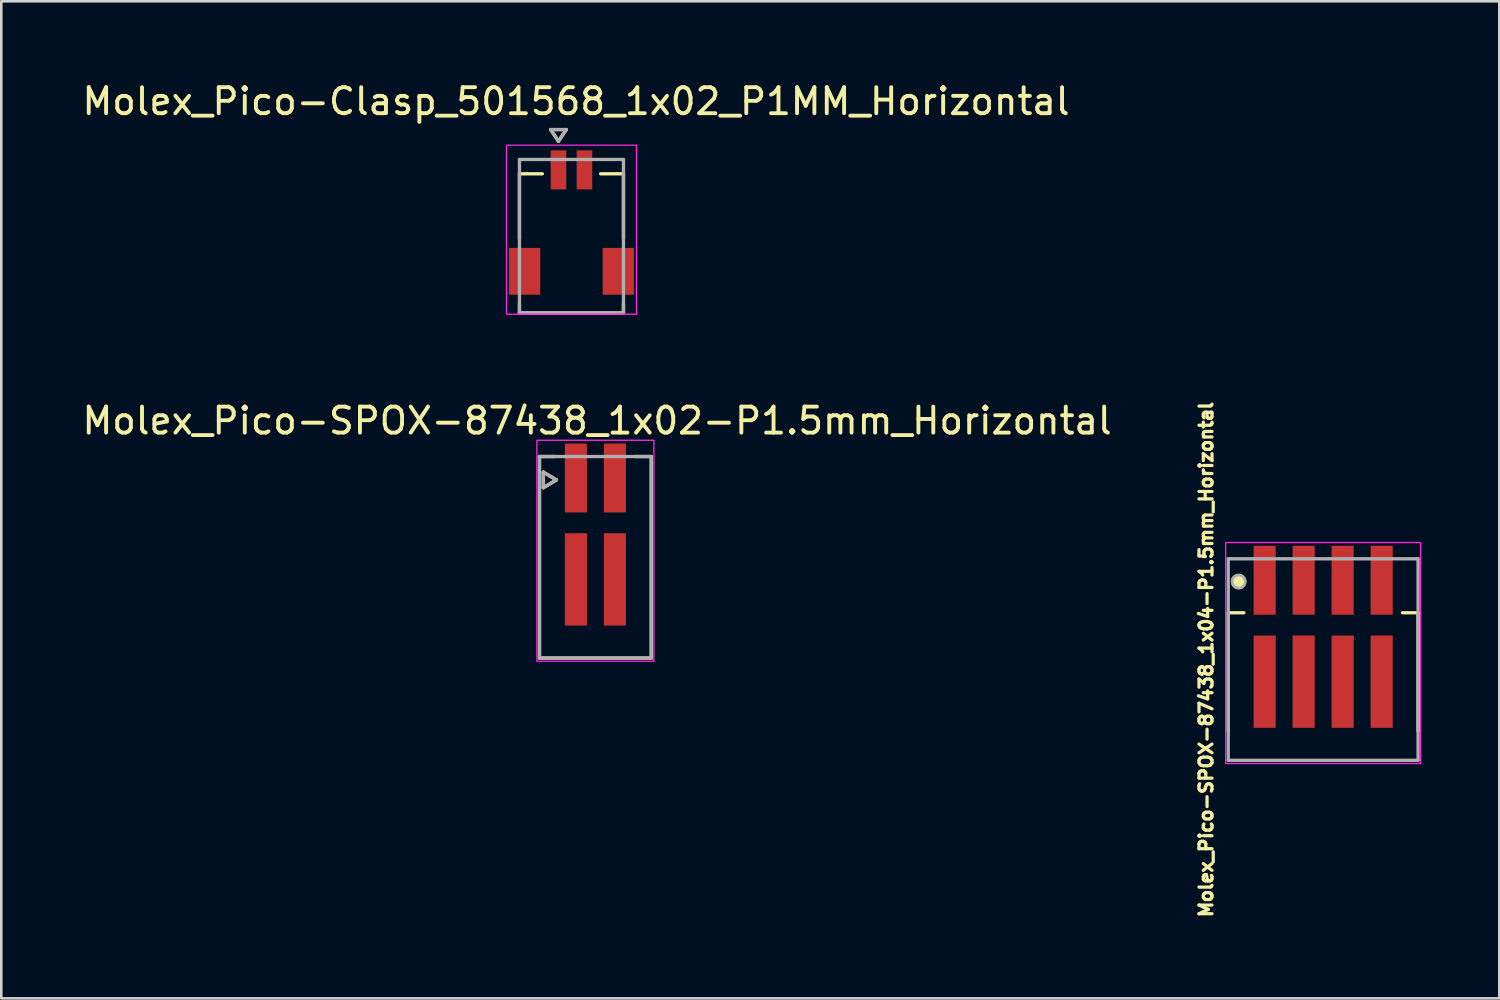
<source format=kicad_pcb>
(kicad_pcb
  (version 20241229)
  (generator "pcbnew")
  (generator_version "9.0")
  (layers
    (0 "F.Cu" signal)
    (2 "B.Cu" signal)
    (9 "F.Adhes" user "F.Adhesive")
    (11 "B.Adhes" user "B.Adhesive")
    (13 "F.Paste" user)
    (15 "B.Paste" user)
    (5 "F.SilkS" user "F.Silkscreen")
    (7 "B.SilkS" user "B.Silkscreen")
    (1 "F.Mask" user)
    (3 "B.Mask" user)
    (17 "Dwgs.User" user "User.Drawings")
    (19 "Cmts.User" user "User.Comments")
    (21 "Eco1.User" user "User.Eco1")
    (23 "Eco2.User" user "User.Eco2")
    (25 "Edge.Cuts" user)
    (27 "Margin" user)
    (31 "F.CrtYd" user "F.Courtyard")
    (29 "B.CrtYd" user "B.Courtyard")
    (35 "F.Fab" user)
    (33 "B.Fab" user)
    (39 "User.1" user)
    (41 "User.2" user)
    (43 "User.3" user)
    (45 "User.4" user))
  (footprint "Molex_Pico-SPOX-87438_1x04-P1.5mm_Horizontal"
    (layer "F.Cu")
    (at 47.833 22.314)
    (property "Reference" "Molex_Pico-SPOX-87438_1x04-P1.5mm_Horizontal" (at -4.5 0 90) (layer "F.SilkS") (effects (font (size 0.5 0.5) (thickness 0.125) (bold yes))))
    (attr smd)
    (fp_poly (pts (xy -2.751 -4.451) (xy -1.749 -4.451) (xy -1.749 -1.649) (xy -2.751 -1.649)) (stroke (width 0.01) (type solid)) (fill yes) (layer "F.Mask"))
    (fp_poly (pts (xy -2.751 -1.001) (xy -1.749 -1.001) (xy -1.749 2.701) (xy -2.751 2.701)) (stroke (width 0.01) (type solid)) (fill yes) (layer "F.Mask"))
    (fp_poly (pts (xy -1.251 -4.451) (xy -0.249 -4.451) (xy -0.249 -1.649) (xy -1.251 -1.649)) (stroke (width 0.01) (type solid)) (fill yes) (layer "F.Mask"))
    (fp_poly (pts (xy -1.251 -1.001) (xy -0.249 -1.001) (xy -0.249 2.701) (xy -1.251 2.701)) (stroke (width 0.01) (type solid)) (fill yes) (layer "F.Mask"))
    (fp_poly (pts (xy 0.249 -4.451) (xy 1.251 -4.451) (xy 1.251 -1.649) (xy 0.249 -1.649)) (stroke (width 0.01) (type solid)) (fill yes) (layer "F.Mask"))
    (fp_poly (pts (xy 0.249 -1.001) (xy 1.251 -1.001) (xy 1.251 2.701) (xy 0.249 2.701)) (stroke (width 0.01) (type solid)) (fill yes) (layer "F.Mask"))
    (fp_poly (pts (xy 1.749 -4.451) (xy 2.751 -4.451) (xy 2.751 -1.649) (xy 1.749 -1.649)) (stroke (width 0.01) (type solid)) (fill yes) (layer "F.Mask"))
    (fp_poly (pts (xy 1.749 -1.001) (xy 2.751 -1.001) (xy 2.751 2.701) (xy 1.749 2.701)) (stroke (width 0.01) (type solid)) (fill yes) (layer "F.Mask"))
    (fp_line (start -3.65 2.75) (end -3.65 -1.8) (stroke (width 0.127) (type solid)) (layer "F.SilkS"))
    (fp_line (start -3.05 -1.8) (end -3.65 -1.8) (stroke (width 0.127) (type solid)) (layer "F.SilkS"))
    (fp_line (start 3.65 -1.8) (end 3.05 -1.8) (stroke (width 0.127) (type solid)) (layer "F.SilkS"))
    (fp_line (start 3.65 2.75) (end 3.65 -1.8) (stroke (width 0.127) (type solid)) (layer "F.SilkS"))
    (fp_circle (center -3.25 -3) (end -3 -3) (stroke (width 0.1) (type solid)) (fill yes) (layer "F.SilkS"))
    (fp_rect (start -3.75 -4.5) (end 3.75 4) (stroke (width 0.05) (type default)) (fill no) (layer "F.CrtYd"))
    (fp_line (start -3.65 -3.875) (end 3.65 -3.875) (stroke (width 0.127) (type solid)) (layer "F.Fab"))
    (fp_line (start -3.65 3.875) (end -3.65 -3.875) (stroke (width 0.127) (type solid)) (layer "F.Fab"))
    (fp_line (start 3.65 -3.875) (end 3.65 3.875) (stroke (width 0.127) (type solid)) (layer "F.Fab"))
    (fp_line (start 3.65 3.875) (end -3.65 3.875) (stroke (width 0.127) (type solid)) (layer "F.Fab"))
    (fp_circle (center -3.25 -3) (end -3 -3) (stroke (width 0.1) (type solid)) (fill no) (layer "F.Fab"))
    (pad "" smd rect (at -2.25 0.85) (size 0.85 3.55) (layers "F.Cu" "F.Paste"))
    (pad "" smd rect (at -0.75 0.85) (size 0.85 3.55) (layers "F.Cu" "F.Paste"))
    (pad "" smd rect (at 0.75 0.85) (size 0.85 3.55) (layers "F.Cu" "F.Paste"))
    (pad "" smd rect (at 2.25 0.85) (size 0.85 3.55) (layers "F.Cu" "F.Paste"))
    (pad "1" smd rect (at -2.25 -3.05) (size 0.85 2.65) (layers "F.Cu" "F.Paste"))
    (pad "2" smd rect (at -0.75 -3.05) (size 0.85 2.65) (layers "F.Cu" "F.Paste"))
    (pad "3" smd rect (at 0.75 -3.05) (size 0.85 2.65) (layers "F.Cu" "F.Paste"))
    (pad "4" smd rect (at 2.25 -3.05) (size 0.85 2.65) (layers "F.Cu" "F.Paste"))
    (zone (net_name "") (layer "F.Cu") (hatch full 0.508) (connect_pads) (min_thickness 0.01) (filled_areas_thickness no) (keepout (tracks not_allowed) (vias not_allowed) (pads not_allowed) (copperpour not_allowed) (footprints allowed)) (placement (enabled no)) (fill) (polygon (pts (xy 45.158 20.589) (xy 46.008 20.589) (xy 46.008 21.389) (xy 45.158 21.389))))
    (zone (net_name "") (layer "F.Cu") (hatch full 0.508) (connect_pads) (min_thickness 0.01) (filled_areas_thickness no) (keepout (tracks not_allowed) (vias not_allowed) (pads not_allowed) (copperpour not_allowed) (footprints allowed)) (placement (enabled no)) (fill) (polygon (pts (xy 46.658 20.589) (xy 47.508 20.589) (xy 47.508 21.389) (xy 46.658 21.389))))
    (zone (net_name "") (layer "F.Cu") (hatch full 0.508) (connect_pads) (min_thickness 0.01) (filled_areas_thickness no) (keepout (tracks not_allowed) (vias not_allowed) (pads not_allowed) (copperpour not_allowed) (footprints allowed)) (placement (enabled no)) (fill) (polygon (pts (xy 48.158 20.589) (xy 49.008 20.589) (xy 49.008 21.389) (xy 48.158 21.389))))
    (zone (net_name "") (layer "F.Cu") (hatch full 0.508) (connect_pads) (min_thickness 0.01) (filled_areas_thickness no) (keepout (tracks not_allowed) (vias not_allowed) (pads not_allowed) (copperpour not_allowed) (footprints allowed)) (placement (enabled no)) (fill) (polygon (pts (xy 49.658 20.589) (xy 50.508 20.589) (xy 50.508 21.389) (xy 49.658 21.389)))))
  (footprint "Molex_Pico-Clasp_501568_1x02_P1MM_Horizontal"
    (layer "F.Cu")
    (at 18.926 6.033)
    (property "Reference" "Molex_Pico-Clasp_501568_1x02_P1MM_Horizontal" (at 0.175 -5.185 0) (layer "F.SilkS") (effects (font (size 1 1) (thickness 0.15))))
    (attr smd)
    (fp_poly (pts (xy -2.476 0.374) (xy -1.124 0.374) (xy -1.124 2.326) (xy -2.476 2.326)) (stroke (width 0.01) (type solid)) (fill yes) (layer "F.Mask"))
    (fp_poly (pts (xy -0.876 -3.376) (xy -0.124 -3.376) (xy -0.124 -1.724) (xy -0.876 -1.724)) (stroke (width 0.01) (type solid)) (fill yes) (layer "F.Mask"))
    (fp_poly (pts (xy 0.124 -3.376) (xy 0.876 -3.376) (xy 0.876 -1.724) (xy 0.124 -1.724)) (stroke (width 0.01) (type solid)) (fill yes) (layer "F.Mask"))
    (fp_poly (pts (xy 1.124 0.374) (xy 2.476 0.374) (xy 2.476 2.326) (xy 1.124 2.326)) (stroke (width 0.01) (type solid)) (fill yes) (layer "F.Mask"))
    (fp_line (start -2 -2.4) (end -1.12 -2.4) (stroke (width 0.127) (type solid)) (layer "F.SilkS"))
    (fp_line (start -2 0.1) (end -2 -2.4) (stroke (width 0.127) (type solid)) (layer "F.SilkS"))
    (fp_line (start -2 2.6) (end -2 2.95) (stroke (width 0.127) (type solid)) (layer "F.SilkS"))
    (fp_line (start -2 2.95) (end 2 2.95) (stroke (width 0.127) (type solid)) (layer "F.SilkS"))
    (fp_line (start -0.8 -4.1) (end -0.2 -4.1) (stroke (width 0.127) (type solid)) (layer "F.SilkS"))
    (fp_line (start -0.5 -3.65) (end -0.8 -4.1) (stroke (width 0.127) (type solid)) (layer "F.SilkS"))
    (fp_line (start -0.2 -4.1) (end -0.5 -3.65) (stroke (width 0.127) (type solid)) (layer "F.SilkS"))
    (fp_line (start 1.12 -2.4) (end 2 -2.4) (stroke (width 0.127) (type solid)) (layer "F.SilkS"))
    (fp_line (start 2 -2.4) (end 2 0.1) (stroke (width 0.127) (type solid)) (layer "F.SilkS"))
    (fp_line (start 2 2.95) (end 2 2.6) (stroke (width 0.127) (type solid)) (layer "F.SilkS"))
    (fp_rect (start -2.5 -3.5) (end 2.5 3) (stroke (width 0.05) (type default)) (fill no) (layer "F.CrtYd"))
    (fp_line (start -2 -2.95) (end 2 -2.95) (stroke (width 0.127) (type solid)) (layer "F.Fab"))
    (fp_line (start -2 2.95) (end -2 -2.95) (stroke (width 0.127) (type solid)) (layer "F.Fab"))
    (fp_line (start -0.8 -4.1) (end -0.2 -4.1) (stroke (width 0.127) (type solid)) (layer "F.Fab"))
    (fp_line (start -0.5 -3.65) (end -0.8 -4.1) (stroke (width 0.127) (type solid)) (layer "F.Fab"))
    (fp_line (start -0.2 -4.1) (end -0.5 -3.65) (stroke (width 0.127) (type solid)) (layer "F.Fab"))
    (fp_line (start 2 -2.95) (end 2 2.95) (stroke (width 0.127) (type solid)) (layer "F.Fab"))
    (fp_line (start 2 2.95) (end -2 2.95) (stroke (width 0.127) (type solid)) (layer "F.Fab"))
    (pad "1" smd rect (at -0.5 -2.55) (size 0.6 1.5) (layers "F.Cu" "F.Paste"))
    (pad "2" smd rect (at 0.5 -2.55) (size 0.6 1.5) (layers "F.Cu" "F.Paste"))
    (pad "S1" smd rect (at 1.8 1.35) (size 1.2 1.8) (layers "F.Cu" "F.Paste"))
    (pad "S2" smd rect (at -1.8 1.35) (size 1.2 1.8) (layers "F.Cu" "F.Paste"))
    (zone (net_name "") (layer "F.Cu") (hatch full 0.508) (connect_pads) (min_thickness 0.01) (filled_areas_thickness no) (keepout (tracks not_allowed) (vias not_allowed) (pads not_allowed) (copperpour not_allowed) (footprints allowed)) (placement (enabled no)) (fill) (polygon (pts (xy 20.276 6.478) (xy 20.276 3.633) (xy 19.731 3.633) (xy 19.731 4.238) (xy 19.121 4.238) (xy 19.121 3.633) (xy 18.731 3.633) (xy 18.731 4.238) (xy 18.121 4.238) (xy 18.121 3.633) (xy 17.576 3.633) (xy 17.576 6.478) (xy 17.731 6.478) (xy 17.731 8.288) (xy 17.576 8.288) (xy 17.576 9.283) (xy 20.276 9.283) (xy 20.276 8.288) (xy 20.121 8.288) (xy 20.121 6.478)))))
  (footprint "Molex_Pico-SPOX-87438_1x02-P1.5mm_Horizontal"
    (layer "F.Cu")
    (at 19.846 18.381)
    (property "Reference" "Molex_Pico-SPOX-87438_1x02-P1.5mm_Horizontal" (at 0.065 -5.25 0) (layer "F.SilkS") (effects (font (size 1 1) (thickness 0.15))))
    (attr smd)
    (fp_poly (pts (xy -1.251 -4.451) (xy -0.249 -4.451) (xy -0.249 -1.649) (xy -1.251 -1.649)) (stroke (width 0.01) (type solid)) (fill yes) (layer "F.Mask"))
    (fp_poly (pts (xy -1.251 -1.001) (xy -0.249 -1.001) (xy -0.249 2.701) (xy -1.251 2.701)) (stroke (width 0.01) (type solid)) (fill yes) (layer "F.Mask"))
    (fp_poly (pts (xy 0.249 -4.451) (xy 1.251 -4.451) (xy 1.251 -1.649) (xy 0.249 -1.649)) (stroke (width 0.01) (type solid)) (fill yes) (layer "F.Mask"))
    (fp_poly (pts (xy 0.249 -1.001) (xy 1.251 -1.001) (xy 1.251 2.701) (xy 0.249 2.701)) (stroke (width 0.01) (type solid)) (fill yes) (layer "F.Mask"))
    (fp_line (start -2.15 3.875) (end -2.15 -3.875) (stroke (width 0.127) (type solid)) (layer "F.SilkS"))
    (fp_line (start -2.15 3.875) (end 2.15 3.875) (stroke (width 0.127) (type solid)) (layer "F.SilkS"))
    (fp_line (start -2 -3.275) (end -2 -2.675) (stroke (width 0.127) (type solid)) (layer "F.SilkS"))
    (fp_line (start -2 -2.675) (end -1.5 -2.975) (stroke (width 0.127) (type solid)) (layer "F.SilkS"))
    (fp_line (start -1.55 -3.875) (end -2.15 -3.875) (stroke (width 0.127) (type solid)) (layer "F.SilkS"))
    (fp_line (start -1.5 -2.975) (end -2 -3.275) (stroke (width 0.127) (type solid)) (layer "F.SilkS"))
    (fp_line (start 2.15 -3.875) (end 1.55 -3.875) (stroke (width 0.127) (type solid)) (layer "F.SilkS"))
    (fp_line (start 2.15 3.875) (end 2.15 -3.875) (stroke (width 0.127) (type solid)) (layer "F.SilkS"))
    (fp_rect (start -2.25 -4.5) (end 2.25 4) (stroke (width 0.05) (type default)) (fill no) (layer "F.CrtYd"))
    (fp_line (start -2.15 -3.875) (end 2.15 -3.875) (stroke (width 0.127) (type solid)) (layer "F.Fab"))
    (fp_line (start -2.15 3.875) (end -2.15 -3.875) (stroke (width 0.127) (type solid)) (layer "F.Fab"))
    (fp_line (start -2 -3.275) (end -1.5 -2.975) (stroke (width 0.127) (type solid)) (layer "F.Fab"))
    (fp_line (start -2 -2.675) (end -2 -3.275) (stroke (width 0.127) (type solid)) (layer "F.Fab"))
    (fp_line (start -1.5 -2.975) (end -2 -2.675) (stroke (width 0.127) (type solid)) (layer "F.Fab"))
    (fp_line (start 2.15 -3.875) (end 2.15 3.875) (stroke (width 0.127) (type solid)) (layer "F.Fab"))
    (fp_line (start 2.15 3.875) (end -2.15 3.875) (stroke (width 0.127) (type solid)) (layer "F.Fab"))
    (pad "" smd rect (at -0.75 0.85) (size 0.85 3.55) (layers "F.Cu" "F.Paste"))
    (pad "" smd rect (at 0.75 0.85) (size 0.85 3.55) (layers "F.Cu" "F.Paste"))
    (pad "1" smd rect (at -0.75 -3.05) (size 0.85 2.65) (layers "F.Cu" "F.Paste"))
    (pad "2" smd rect (at 0.75 -3.05) (size 0.85 2.65) (layers "F.Cu" "F.Paste"))
    (zone (net_name "") (layer "F.Cu") (hatch full 0.508) (connect_pads) (min_thickness 0.01) (filled_areas_thickness no) (keepout (tracks not_allowed) (vias not_allowed) (pads not_allowed) (copperpour not_allowed) (footprints allowed)) (placement (enabled no)) (fill) (polygon (pts (xy 18.671 16.657) (xy 19.521 16.657) (xy 19.521 17.456) (xy 18.671 17.456))))
    (zone (net_name "") (layer "F.Cu") (hatch full 0.508) (connect_pads) (min_thickness 0.01) (filled_areas_thickness no) (keepout (tracks not_allowed) (vias not_allowed) (pads not_allowed) (copperpour not_allowed) (footprints allowed)) (placement (enabled no)) (fill) (polygon (pts (xy 20.171 16.657) (xy 21.021 16.657) (xy 21.021 17.456) (xy 20.171 17.456)))))
  (gr_rect
    (start -3 -3)
    (end 54.608 35.344)
    (stroke (width 0.1) (type default))
    (fill no)
    (layer "Edge.Cuts")))
</source>
